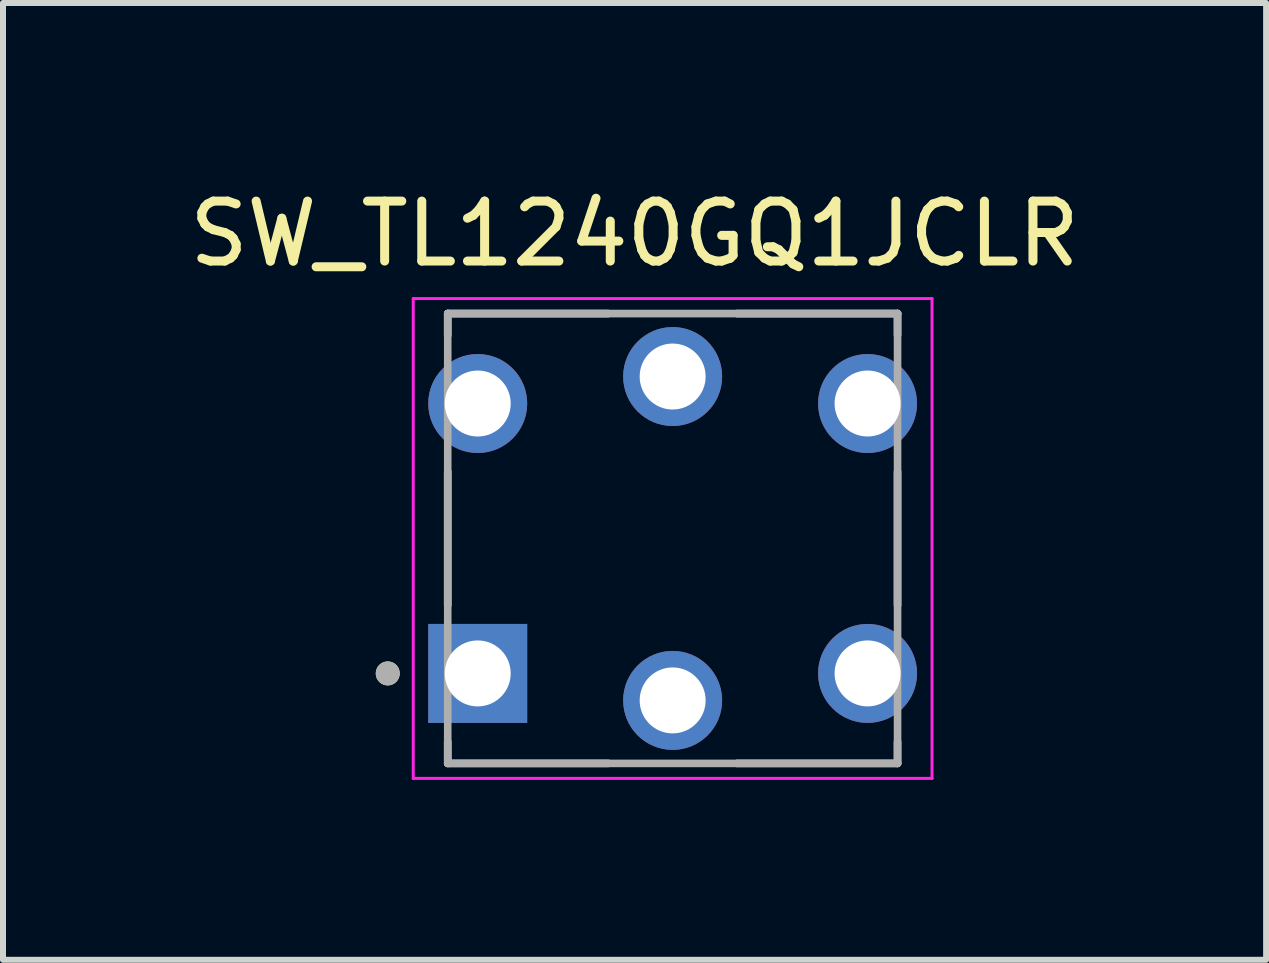
<source format=kicad_pcb>
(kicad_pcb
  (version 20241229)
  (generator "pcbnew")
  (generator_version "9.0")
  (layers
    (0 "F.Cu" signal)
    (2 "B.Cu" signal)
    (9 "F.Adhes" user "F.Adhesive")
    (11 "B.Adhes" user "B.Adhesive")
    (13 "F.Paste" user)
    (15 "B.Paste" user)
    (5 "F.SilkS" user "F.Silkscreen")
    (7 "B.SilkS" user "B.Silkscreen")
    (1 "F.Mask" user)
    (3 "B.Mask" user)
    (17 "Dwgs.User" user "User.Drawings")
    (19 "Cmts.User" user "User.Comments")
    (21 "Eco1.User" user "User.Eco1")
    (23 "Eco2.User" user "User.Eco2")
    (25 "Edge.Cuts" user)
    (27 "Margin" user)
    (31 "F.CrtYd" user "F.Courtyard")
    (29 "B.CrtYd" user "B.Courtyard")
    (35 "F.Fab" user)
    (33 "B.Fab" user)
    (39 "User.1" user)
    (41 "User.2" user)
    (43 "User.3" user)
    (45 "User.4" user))
  (footprint "SW_TL1240GQ1JCLR"
    (layer "F.Cu")
    (at 8.165 5.928)
    (property "Reference" "SW_TL1240GQ1JCLR" (at -0.635 -5.08 0) (layer "F.SilkS") (effects (font (size 1 1) (thickness 0.15))))
    (attr through_hole)
    (fp_line (start -3.75 -3.75) (end -1.074 -3.75) (stroke (width 0.127) (type solid)) (layer "F.SilkS"))
    (fp_line (start -3.75 -3.389) (end -3.75 -3.75) (stroke (width 0.127) (type solid)) (layer "F.SilkS"))
    (fp_line (start -3.75 -1.111) (end -3.75 1.111) (stroke (width 0.127) (type solid)) (layer "F.SilkS"))
    (fp_line (start -3.75 3.75) (end -3.75 3.389) (stroke (width 0.127) (type solid)) (layer "F.SilkS"))
    (fp_line (start -1.074 3.75) (end -3.75 3.75) (stroke (width 0.127) (type solid)) (layer "F.SilkS"))
    (fp_line (start 1.074 -3.75) (end 3.75 -3.75) (stroke (width 0.127) (type solid)) (layer "F.SilkS"))
    (fp_line (start 3.75 -3.75) (end 3.75 -3.389) (stroke (width 0.127) (type solid)) (layer "F.SilkS"))
    (fp_line (start 3.75 -1.111) (end 3.75 1.111) (stroke (width 0.127) (type solid)) (layer "F.SilkS"))
    (fp_line (start 3.75 3.75) (end 1.074 3.75) (stroke (width 0.127) (type solid)) (layer "F.SilkS"))
    (fp_line (start 3.75 3.75) (end 3.75 3.389) (stroke (width 0.127) (type solid)) (layer "F.SilkS"))
    (fp_circle (center -4.75 2.25) (end -4.65 2.25) (stroke (width 0.2) (type solid)) (fill no) (layer "F.SilkS"))
    (fp_line (start -4.325 -4) (end -4.325 4) (stroke (width 0.05) (type solid)) (layer "F.CrtYd"))
    (fp_line (start -4.325 4) (end 4.325 4) (stroke (width 0.05) (type solid)) (layer "F.CrtYd"))
    (fp_line (start 4.325 -4) (end -4.325 -4) (stroke (width 0.05) (type solid)) (layer "F.CrtYd"))
    (fp_line (start 4.325 4) (end 4.325 -4) (stroke (width 0.05) (type solid)) (layer "F.CrtYd"))
    (fp_line (start -3.75 -3.75) (end 3.75 -3.75) (stroke (width 0.127) (type solid)) (layer "F.Fab"))
    (fp_line (start -3.75 3.75) (end -3.75 -3.75) (stroke (width 0.127) (type solid)) (layer "F.Fab"))
    (fp_line (start 3.75 -3.75) (end 3.75 3.75) (stroke (width 0.127) (type solid)) (layer "F.Fab"))
    (fp_line (start 3.75 3.75) (end -3.75 3.75) (stroke (width 0.127) (type solid)) (layer "F.Fab"))
    (fp_circle (center -4.75 2.25) (end -4.65 2.25) (stroke (width 0.2) (type solid)) (fill no) (layer "F.Fab"))
    (pad "+" thru_hole circle (at 0 -2.7) (size 1.65 1.65) (drill 1.1) (layers "*.Cu" "*.Mask"))
    (pad "-" thru_hole circle (at 0 2.7) (size 1.65 1.65) (drill 1.1) (layers "*.Cu" "*.Mask"))
    (pad "1" thru_hole rect (at -3.25 2.25) (size 1.65 1.65) (drill 1.1) (layers "*.Cu" "*.Mask"))
    (pad "2" thru_hole circle (at 3.25 2.25) (size 1.65 1.65) (drill 1.1) (layers "*.Cu" "*.Mask"))
    (pad "3" thru_hole circle (at -3.25 -2.25) (size 1.65 1.65) (drill 1.1) (layers "*.Cu" "*.Mask"))
    (pad "4" thru_hole circle (at 3.25 -2.25) (size 1.65 1.65) (drill 1.1) (layers "*.Cu" "*.Mask")))
  (gr_rect
    (start -3 -3)
    (end 18.06 12.953)
    (stroke (width 0.1) (type default))
    (fill no)
    (layer "Edge.Cuts")))
</source>
